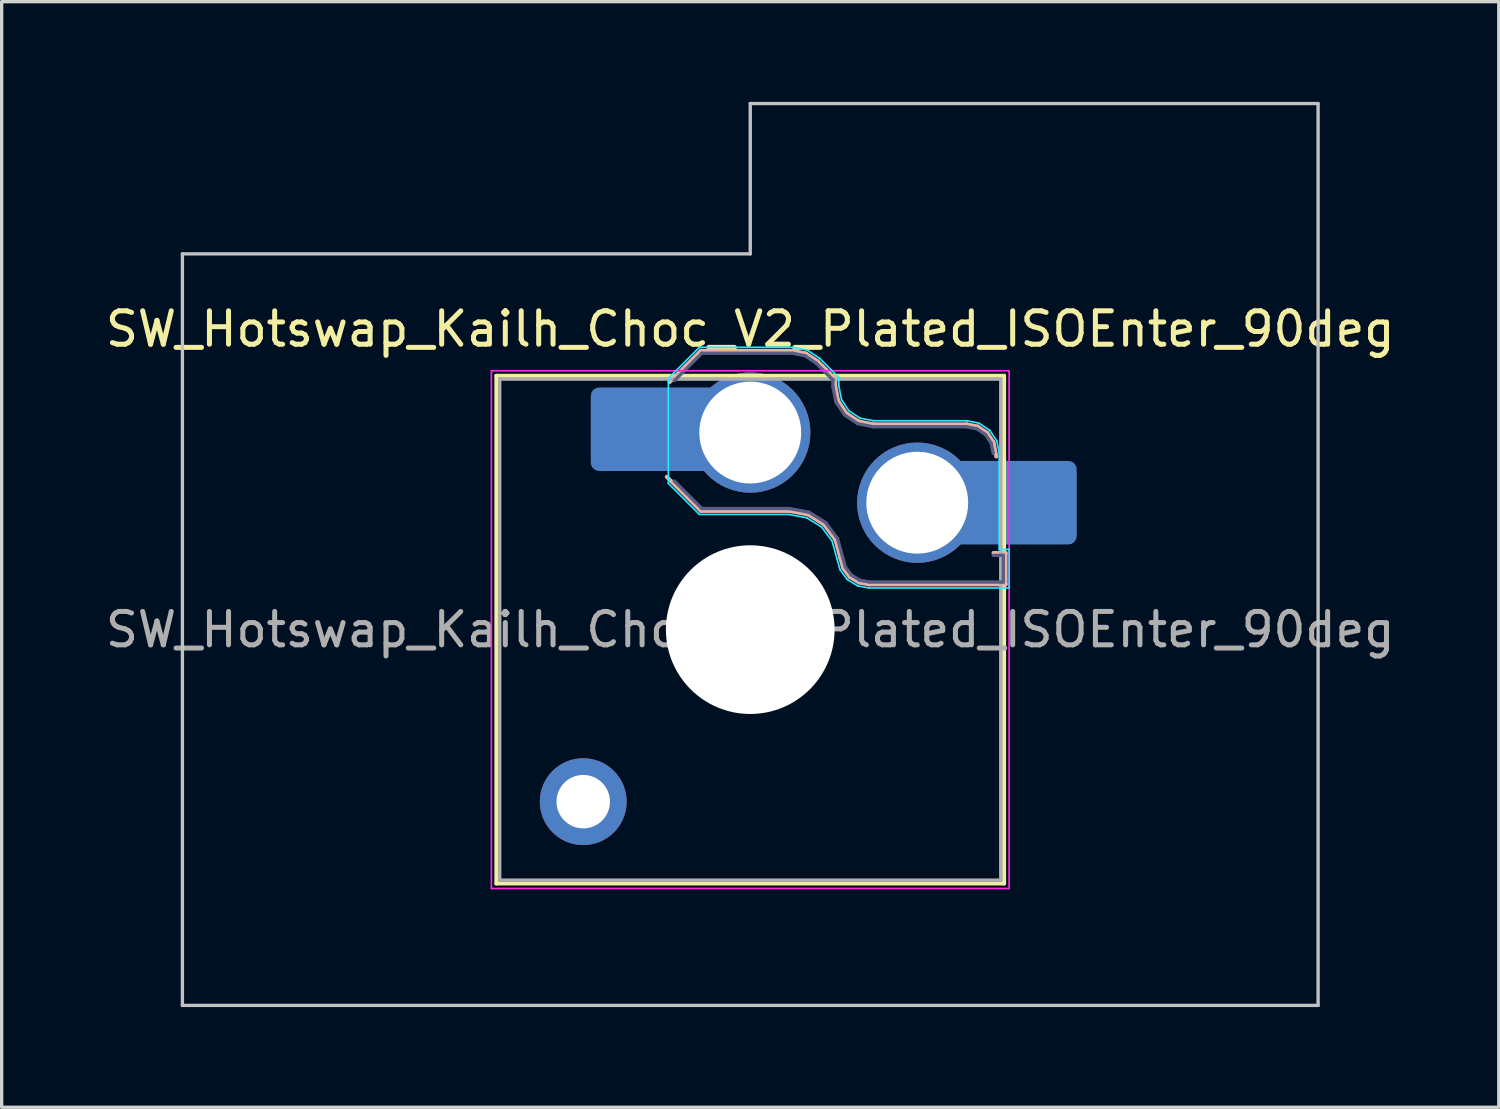
<source format=kicad_pcb>
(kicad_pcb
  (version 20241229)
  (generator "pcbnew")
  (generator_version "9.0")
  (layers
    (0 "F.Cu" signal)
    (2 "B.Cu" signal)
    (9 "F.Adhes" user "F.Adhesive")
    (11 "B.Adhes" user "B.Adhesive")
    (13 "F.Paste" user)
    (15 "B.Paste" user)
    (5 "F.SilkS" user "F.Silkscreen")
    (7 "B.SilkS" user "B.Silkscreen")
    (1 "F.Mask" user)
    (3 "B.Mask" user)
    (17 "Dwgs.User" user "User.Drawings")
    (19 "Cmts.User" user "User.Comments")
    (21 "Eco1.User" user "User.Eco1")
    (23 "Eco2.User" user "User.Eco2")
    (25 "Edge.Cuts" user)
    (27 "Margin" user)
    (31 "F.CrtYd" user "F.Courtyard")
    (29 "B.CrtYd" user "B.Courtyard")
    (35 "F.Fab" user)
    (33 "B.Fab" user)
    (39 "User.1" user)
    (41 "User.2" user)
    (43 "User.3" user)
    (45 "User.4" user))
  (footprint "SW_Hotswap_Kailh_Choc_V2_Plated_ISOEnter_90deg"
    (layer "F.Cu")
    (at 19.411 15.8)
    (property "Reference" "SW_Hotswap_Kailh_Choc_V2_Plated_ISOEnter_90deg" (at 0 -9 0) (layer "F.SilkS") (effects (font (size 1 1) (thickness 0.15))))
    (attr smd)
    (fp_line (start -7.6 -7.6) (end -7.6 7.6) (stroke (width 0.12) (type solid)) (layer "F.SilkS"))
    (fp_line (start -7.6 7.6) (end 7.6 7.6) (stroke (width 0.12) (type solid)) (layer "F.SilkS"))
    (fp_line (start 7.6 -7.6) (end -7.6 -7.6) (stroke (width 0.12) (type solid)) (layer "F.SilkS"))
    (fp_line (start 7.6 7.6) (end 7.6 -7.6) (stroke (width 0.12) (type solid)) (layer "F.SilkS"))
    (fp_line (start -2.416 -7.409) (end -1.479 -8.346) (stroke (width 0.12) (type solid)) (layer "B.SilkS"))
    (fp_line (start -1.479 -8.346) (end 1.268 -8.346) (stroke (width 0.12) (type solid)) (layer "B.SilkS"))
    (fp_line (start -1.479 -3.554) (end -2.5 -4.575) (stroke (width 0.12) (type solid)) (layer "B.SilkS"))
    (fp_line (start 1.168 -3.554) (end -1.479 -3.554) (stroke (width 0.12) (type solid)) (layer "B.SilkS"))
    (fp_line (start 1.268 -8.346) (end 1.671 -8.266) (stroke (width 0.12) (type solid)) (layer "B.SilkS"))
    (fp_line (start 1.671 -8.266) (end 2.013 -8.037) (stroke (width 0.12) (type solid)) (layer "B.SilkS"))
    (fp_line (start 1.73 -3.449) (end 1.168 -3.554) (stroke (width 0.12) (type solid)) (layer "B.SilkS"))
    (fp_line (start 2.013 -8.037) (end 2.546 -7.504) (stroke (width 0.12) (type solid)) (layer "B.SilkS"))
    (fp_line (start 2.209 -3.15) (end 1.73 -3.449) (stroke (width 0.12) (type solid)) (layer "B.SilkS"))
    (fp_line (start 2.546 -7.504) (end 2.546 -7.282) (stroke (width 0.12) (type solid)) (layer "B.SilkS"))
    (fp_line (start 2.546 -7.282) (end 2.633 -6.844) (stroke (width 0.12) (type solid)) (layer "B.SilkS"))
    (fp_line (start 2.547 -2.697) (end 2.209 -3.15) (stroke (width 0.12) (type solid)) (layer "B.SilkS"))
    (fp_line (start 2.633 -6.844) (end 2.877 -6.477) (stroke (width 0.12) (type solid)) (layer "B.SilkS"))
    (fp_line (start 2.701 -2.139) (end 2.547 -2.697) (stroke (width 0.12) (type solid)) (layer "B.SilkS"))
    (fp_line (start 2.783 -1.841) (end 2.701 -2.139) (stroke (width 0.12) (type solid)) (layer "B.SilkS"))
    (fp_line (start 2.877 -6.477) (end 3.244 -6.233) (stroke (width 0.12) (type solid)) (layer "B.SilkS"))
    (fp_line (start 2.976 -1.583) (end 2.783 -1.841) (stroke (width 0.12) (type solid)) (layer "B.SilkS"))
    (fp_line (start 3.244 -6.233) (end 3.682 -6.146) (stroke (width 0.12) (type solid)) (layer "B.SilkS"))
    (fp_line (start 3.25 -1.413) (end 2.976 -1.583) (stroke (width 0.12) (type solid)) (layer "B.SilkS"))
    (fp_line (start 3.56 -1.354) (end 3.25 -1.413) (stroke (width 0.12) (type solid)) (layer "B.SilkS"))
    (fp_line (start 3.682 -6.146) (end 6.482 -6.146) (stroke (width 0.12) (type solid)) (layer "B.SilkS"))
    (fp_line (start 6.482 -6.146) (end 6.809 -6.081) (stroke (width 0.12) (type solid)) (layer "B.SilkS"))
    (fp_line (start 6.809 -6.081) (end 7.092 -5.892) (stroke (width 0.12) (type solid)) (layer "B.SilkS"))
    (fp_line (start 7.092 -5.892) (end 7.281 -5.609) (stroke (width 0.12) (type solid)) (layer "B.SilkS"))
    (fp_line (start 7.281 -5.609) (end 7.366 -5.182) (stroke (width 0.12) (type solid)) (layer "B.SilkS"))
    (fp_line (start 7.283 -2.296) (end 7.646 -2.296) (stroke (width 0.12) (type solid)) (layer "B.SilkS"))
    (fp_line (start 7.646 -2.296) (end 7.646 -1.354) (stroke (width 0.12) (type solid)) (layer "B.SilkS"))
    (fp_line (start 7.646 -1.354) (end 3.56 -1.354) (stroke (width 0.12) (type solid)) (layer "B.SilkS"))
    (fp_line (start -17 -11.25) (end -17 11.25) (stroke (width 0.1) (type solid)) (layer "Dwgs.User"))
    (fp_line (start -17 11.25) (end 17 11.25) (stroke (width 0.1) (type solid)) (layer "Dwgs.User"))
    (fp_line (start 0 -15.75) (end 0 -11.25) (stroke (width 0.1) (type solid)) (layer "Dwgs.User"))
    (fp_line (start 0 -11.25) (end -17 -11.25) (stroke (width 0.1) (type solid)) (layer "Dwgs.User"))
    (fp_line (start 17 -15.75) (end 0 -15.75) (stroke (width 0.1) (type solid)) (layer "Dwgs.User"))
    (fp_line (start 17 11.25) (end 17 -15.75) (stroke (width 0.1) (type solid)) (layer "Dwgs.User"))
    (fp_line (start -7.25 -7.25) (end -7.25 7.25) (stroke (width 0.1) (type solid)) (layer "Eco1.User"))
    (fp_line (start -7.25 7.25) (end 7.25 7.25) (stroke (width 0.1) (type solid)) (layer "Eco1.User"))
    (fp_line (start 7.25 -7.25) (end -7.25 -7.25) (stroke (width 0.1) (type solid)) (layer "Eco1.User"))
    (fp_line (start 7.25 7.25) (end 7.25 -7.25) (stroke (width 0.1) (type solid)) (layer "Eco1.User"))
    (fp_line (start -2.452 -7.523) (end -1.523 -8.452) (stroke (width 0.05) (type solid)) (layer "B.CrtYd"))
    (fp_line (start -2.452 -4.377) (end -2.452 -7.523) (stroke (width 0.05) (type solid)) (layer "B.CrtYd"))
    (fp_line (start -1.523 -8.452) (end 1.278 -8.452) (stroke (width 0.05) (type solid)) (layer "B.CrtYd"))
    (fp_line (start -1.523 -3.448) (end -2.452 -4.377) (stroke (width 0.05) (type solid)) (layer "B.CrtYd"))
    (fp_line (start 1.159 -3.448) (end -1.523 -3.448) (stroke (width 0.05) (type solid)) (layer "B.CrtYd"))
    (fp_line (start 1.278 -8.452) (end 1.712 -8.366) (stroke (width 0.05) (type solid)) (layer "B.CrtYd"))
    (fp_line (start 1.691 -3.348) (end 1.159 -3.448) (stroke (width 0.05) (type solid)) (layer "B.CrtYd"))
    (fp_line (start 1.712 -8.366) (end 2.081 -8.119) (stroke (width 0.05) (type solid)) (layer "B.CrtYd"))
    (fp_line (start 2.081 -8.119) (end 2.652 -7.548) (stroke (width 0.05) (type solid)) (layer "B.CrtYd"))
    (fp_line (start 2.136 -3.071) (end 1.691 -3.348) (stroke (width 0.05) (type solid)) (layer "B.CrtYd"))
    (fp_line (start 2.45 -2.65) (end 2.136 -3.071) (stroke (width 0.05) (type solid)) (layer "B.CrtYd"))
    (fp_line (start 2.599 -2.111) (end 2.45 -2.65) (stroke (width 0.05) (type solid)) (layer "B.CrtYd"))
    (fp_line (start 2.652 -7.548) (end 2.652 -7.292) (stroke (width 0.05) (type solid)) (layer "B.CrtYd"))
    (fp_line (start 2.652 -7.292) (end 2.733 -6.885) (stroke (width 0.05) (type solid)) (layer "B.CrtYd"))
    (fp_line (start 2.687 -1.794) (end 2.599 -2.111) (stroke (width 0.05) (type solid)) (layer "B.CrtYd"))
    (fp_line (start 2.733 -6.885) (end 2.953 -6.553) (stroke (width 0.05) (type solid)) (layer "B.CrtYd"))
    (fp_line (start 2.903 -1.503) (end 2.687 -1.794) (stroke (width 0.05) (type solid)) (layer "B.CrtYd"))
    (fp_line (start 2.953 -6.553) (end 3.285 -6.333) (stroke (width 0.05) (type solid)) (layer "B.CrtYd"))
    (fp_line (start 3.211 -1.312) (end 2.903 -1.503) (stroke (width 0.05) (type solid)) (layer "B.CrtYd"))
    (fp_line (start 3.285 -6.333) (end 3.692 -6.252) (stroke (width 0.05) (type solid)) (layer "B.CrtYd"))
    (fp_line (start 3.55 -1.248) (end 3.211 -1.312) (stroke (width 0.05) (type solid)) (layer "B.CrtYd"))
    (fp_line (start 3.692 -6.252) (end 6.492 -6.252) (stroke (width 0.05) (type solid)) (layer "B.CrtYd"))
    (fp_line (start 6.492 -6.252) (end 6.85 -6.181) (stroke (width 0.05) (type solid)) (layer "B.CrtYd"))
    (fp_line (start 6.85 -6.181) (end 7.168 -5.968) (stroke (width 0.05) (type solid)) (layer "B.CrtYd"))
    (fp_line (start 7.168 -5.968) (end 7.381 -5.65) (stroke (width 0.05) (type solid)) (layer "B.CrtYd"))
    (fp_line (start 7.381 -5.65) (end 7.452 -5.292) (stroke (width 0.05) (type solid)) (layer "B.CrtYd"))
    (fp_line (start 7.452 -5.292) (end 7.452 -2.402) (stroke (width 0.05) (type solid)) (layer "B.CrtYd"))
    (fp_line (start 7.452 -2.402) (end 7.752 -2.402) (stroke (width 0.05) (type solid)) (layer "B.CrtYd"))
    (fp_line (start 7.752 -2.402) (end 7.752 -1.248) (stroke (width 0.05) (type solid)) (layer "B.CrtYd"))
    (fp_line (start 7.752 -1.248) (end 3.55 -1.248) (stroke (width 0.05) (type solid)) (layer "B.CrtYd"))
    (fp_line (start -7.75 -7.75) (end -7.75 7.75) (stroke (width 0.05) (type solid)) (layer "F.CrtYd"))
    (fp_line (start -7.75 7.75) (end 7.75 7.75) (stroke (width 0.05) (type solid)) (layer "F.CrtYd"))
    (fp_line (start 7.75 -7.75) (end -7.75 -7.75) (stroke (width 0.05) (type solid)) (layer "F.CrtYd"))
    (fp_line (start 7.75 7.75) (end 7.75 -7.75) (stroke (width 0.05) (type solid)) (layer "F.CrtYd"))
    (fp_line (start -2.275 -7.45) (end -1.45 -8.275) (stroke (width 0.1) (type solid)) (layer "B.Fab"))
    (fp_line (start -1.45 -8.275) (end 1.261 -8.275) (stroke (width 0.1) (type solid)) (layer "B.Fab"))
    (fp_line (start -1.45 -3.625) (end -2.275 -4.45) (stroke (width 0.1) (type solid)) (layer "B.Fab"))
    (fp_line (start 1.175 -3.625) (end -1.45 -3.625) (stroke (width 0.1) (type solid)) (layer "B.Fab"))
    (fp_line (start 1.261 -8.275) (end 1.643 -8.199) (stroke (width 0.1) (type solid)) (layer "B.Fab"))
    (fp_line (start 1.643 -8.199) (end 1.968 -7.982) (stroke (width 0.1) (type solid)) (layer "B.Fab"))
    (fp_line (start 1.756 -3.516) (end 1.175 -3.625) (stroke (width 0.1) (type solid)) (layer "B.Fab"))
    (fp_line (start 1.968 -7.982) (end 2.475 -7.475) (stroke (width 0.1) (type solid)) (layer "B.Fab"))
    (fp_line (start 2.258 -3.203) (end 1.756 -3.516) (stroke (width 0.1) (type solid)) (layer "B.Fab"))
    (fp_line (start 2.475 -7.475) (end 2.475 -7.275) (stroke (width 0.1) (type solid)) (layer "B.Fab"))
    (fp_line (start 2.475 -7.275) (end 2.566 -6.816) (stroke (width 0.1) (type solid)) (layer "B.Fab"))
    (fp_line (start 2.566 -6.816) (end 2.826 -6.426) (stroke (width 0.1) (type solid)) (layer "B.Fab"))
    (fp_line (start 2.612 -2.729) (end 2.258 -3.203) (stroke (width 0.1) (type solid)) (layer "B.Fab"))
    (fp_line (start 2.769 -2.158) (end 2.612 -2.729) (stroke (width 0.1) (type solid)) (layer "B.Fab"))
    (fp_line (start 2.826 -6.426) (end 3.216 -6.166) (stroke (width 0.1) (type solid)) (layer "B.Fab"))
    (fp_line (start 2.848 -1.873) (end 2.769 -2.158) (stroke (width 0.1) (type solid)) (layer "B.Fab"))
    (fp_line (start 3.025 -1.636) (end 2.848 -1.873) (stroke (width 0.1) (type solid)) (layer "B.Fab"))
    (fp_line (start 3.216 -6.166) (end 3.675 -6.075) (stroke (width 0.1) (type solid)) (layer "B.Fab"))
    (fp_line (start 3.276 -1.48) (end 3.025 -1.636) (stroke (width 0.1) (type solid)) (layer "B.Fab"))
    (fp_line (start 3.567 -1.425) (end 3.276 -1.48) (stroke (width 0.1) (type solid)) (layer "B.Fab"))
    (fp_line (start 3.675 -6.075) (end 6.475 -6.075) (stroke (width 0.1) (type solid)) (layer "B.Fab"))
    (fp_line (start 6.475 -6.075) (end 6.781 -6.014) (stroke (width 0.1) (type solid)) (layer "B.Fab"))
    (fp_line (start 6.781 -6.014) (end 7.041 -5.841) (stroke (width 0.1) (type solid)) (layer "B.Fab"))
    (fp_line (start 7.041 -5.841) (end 7.214 -5.581) (stroke (width 0.1) (type solid)) (layer "B.Fab"))
    (fp_line (start 7.214 -5.581) (end 7.275 -5.275) (stroke (width 0.1) (type solid)) (layer "B.Fab"))
    (fp_line (start 7.275 -2.225) (end 7.575 -2.225) (stroke (width 0.1) (type solid)) (layer "B.Fab"))
    (fp_line (start 7.575 -2.225) (end 7.575 -1.425) (stroke (width 0.1) (type solid)) (layer "B.Fab"))
    (fp_line (start 7.575 -1.425) (end 3.567 -1.425) (stroke (width 0.1) (type solid)) (layer "B.Fab"))
    (fp_line (start -7.5 -7.5) (end -7.5 7.5) (stroke (width 0.1) (type solid)) (layer "F.Fab"))
    (fp_line (start -7.5 7.5) (end 7.5 7.5) (stroke (width 0.1) (type solid)) (layer "F.Fab"))
    (fp_line (start 7.5 -7.5) (end -7.5 -7.5) (stroke (width 0.1) (type solid)) (layer "F.Fab"))
    (fp_line (start 7.5 7.5) (end 7.5 -7.5) (stroke (width 0.1) (type solid)) (layer "F.Fab"))
    (fp_text user "${REFERENCE}" (at 0 0 0) (layer "F.Fab") (effects (font (size 1 1) (thickness 0.15))))
    (pad "" thru_hole circle (at -5 5.15) (size 2.6 2.6) (drill 1.6) (layers "*.Cu" "*.Mask"))
    (pad "" smd roundrect (at -3.5 -6) (size 2.55 2.5) (layers "B.Mask" "B.Paste") (roundrect_rratio 0.1))
    (pad "" np_thru_hole circle (at 0 0) (size 5.05 5.05) (drill 5.05) (layers "*.Cu" "*.Mask"))
    (pad "" smd roundrect (at 8.5 -3.8) (size 2.55 2.5) (layers "B.Mask" "B.Paste") (roundrect_rratio 0.1))
    (pad "1" smd roundrect (at -2.85 -6) (size 3.85 2.5) (layers "B.Cu") (roundrect_rratio 0.1))
    (pad "1" thru_hole circle (at 0 -5.9) (size 3.6 3.6) (drill 3.05) (layers "*.Cu" "*.Mask"))
    (pad "2" thru_hole circle (at 5 -3.8) (size 3.6 3.6) (drill 3.05) (layers "*.Cu" "*.Mask"))
    (pad "2" smd roundrect (at 7.85 -3.8) (size 3.85 2.5) (layers "B.Cu") (roundrect_rratio 0.1)))
  (gr_rect
    (start -3 -3)
    (end 41.821 30.1)
    (stroke (width 0.1) (type default))
    (fill no)
    (layer "Edge.Cuts")))
</source>
